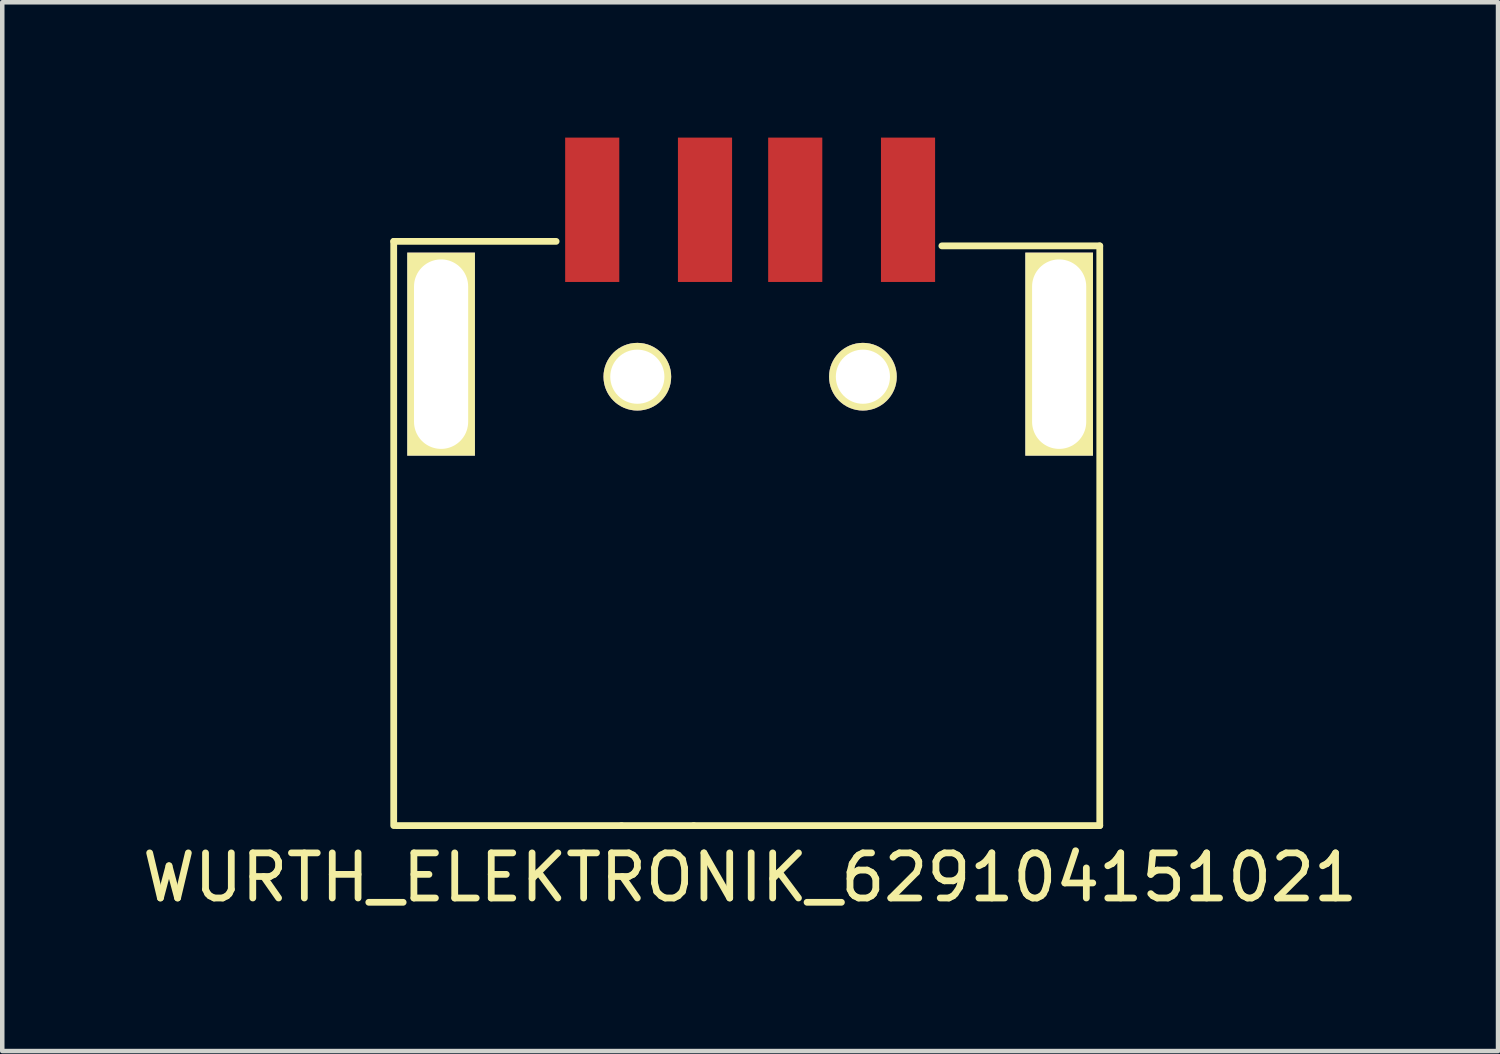
<source format=kicad_pcb>
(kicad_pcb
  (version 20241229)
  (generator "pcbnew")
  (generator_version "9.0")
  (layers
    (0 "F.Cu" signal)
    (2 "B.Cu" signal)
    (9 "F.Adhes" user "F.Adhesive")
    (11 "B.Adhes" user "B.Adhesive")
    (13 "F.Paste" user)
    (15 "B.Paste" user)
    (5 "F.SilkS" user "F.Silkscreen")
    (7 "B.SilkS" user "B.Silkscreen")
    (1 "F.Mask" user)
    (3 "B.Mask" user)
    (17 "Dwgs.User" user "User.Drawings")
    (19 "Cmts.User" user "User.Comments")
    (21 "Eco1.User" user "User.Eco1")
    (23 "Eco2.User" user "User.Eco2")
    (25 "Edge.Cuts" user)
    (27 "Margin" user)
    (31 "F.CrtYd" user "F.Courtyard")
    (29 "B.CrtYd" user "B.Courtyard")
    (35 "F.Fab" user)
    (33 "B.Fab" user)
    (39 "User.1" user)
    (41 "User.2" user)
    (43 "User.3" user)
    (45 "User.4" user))
  (footprint "WURTH_ELEKTRONIK_629104151021"
    (layer "F.Cu")
    (at 13.577 6.8)
    (property "Reference" "WURTH_ELEKTRONIK_629104151021" (at 0 9.6 0) (layer "F.SilkS") (effects (font (size 1 1) (thickness 0.15))))
    (attr through_hole)
    (fp_line (start -7.9 -4.5) (end -7.9 8.45) (stroke (width 0.15) (type solid)) (layer "F.SilkS"))
    (fp_line (start -7.9 -4.5) (end -4.3 -4.5) (stroke (width 0.15) (type solid)) (layer "F.SilkS"))
    (fp_line (start -7.85 8.45) (end -2.85 8.45) (stroke (width 0.15) (type solid)) (layer "F.SilkS"))
    (fp_line (start -2.85 8.45) (end -1.25 8.45) (stroke (width 0.15) (type solid)) (layer "F.SilkS"))
    (fp_line (start 7.75 -4.4) (end 4.25 -4.4) (stroke (width 0.15) (type solid)) (layer "F.SilkS"))
    (fp_line (start 7.75 -4.4) (end 7.75 8.45) (stroke (width 0.15) (type solid)) (layer "F.SilkS"))
    (fp_line (start 7.75 8.45) (end -1.25 8.45) (stroke (width 0.15) (type solid)) (layer "F.SilkS"))
    (pad "1" smd rect (at -3.5 -5.2) (size 1.2 3.2) (layers "F.Cu" "F.Mask" "F.Paste"))
    (pad "2" smd rect (at -1 -5.2) (size 1.2 3.2) (layers "F.Cu" "F.Mask" "F.Paste"))
    (pad "3" smd rect (at 1 -5.2) (size 1.2 3.2) (layers "F.Cu" "F.Mask" "F.Paste"))
    (pad "4" smd rect (at 3.5 -5.2) (size 1.2 3.2) (layers "F.Cu" "F.Mask" "F.Paste"))
    (pad "5" thru_hole circle (at 2.5 -1.5) (size 1.5 1.5) (drill 1.2) (layers "*.Cu" "*.Mask" "F.SilkS"))
    (pad "6" thru_hole circle (at -2.5 -1.5) (size 1.5 1.5) (drill 1.2) (layers "*.Cu" "*.Mask" "F.SilkS"))
    (pad "7" thru_hole rect (at -6.85 -2) (size 1.5 4.5) (drill oval 1.2 4.2) (layers "*.Cu" "*.Mask" "F.SilkS"))
    (pad "8" thru_hole rect (at 6.85 -2) (size 1.5 4.5) (drill oval 1.2 4.2) (layers "*.Cu" "*.Mask" "F.SilkS")))
  (gr_rect
    (start -3 -3)
    (end 30.155 20.248)
    (stroke (width 0.1) (type default))
    (fill no)
    (layer "Edge.Cuts")))
</source>
